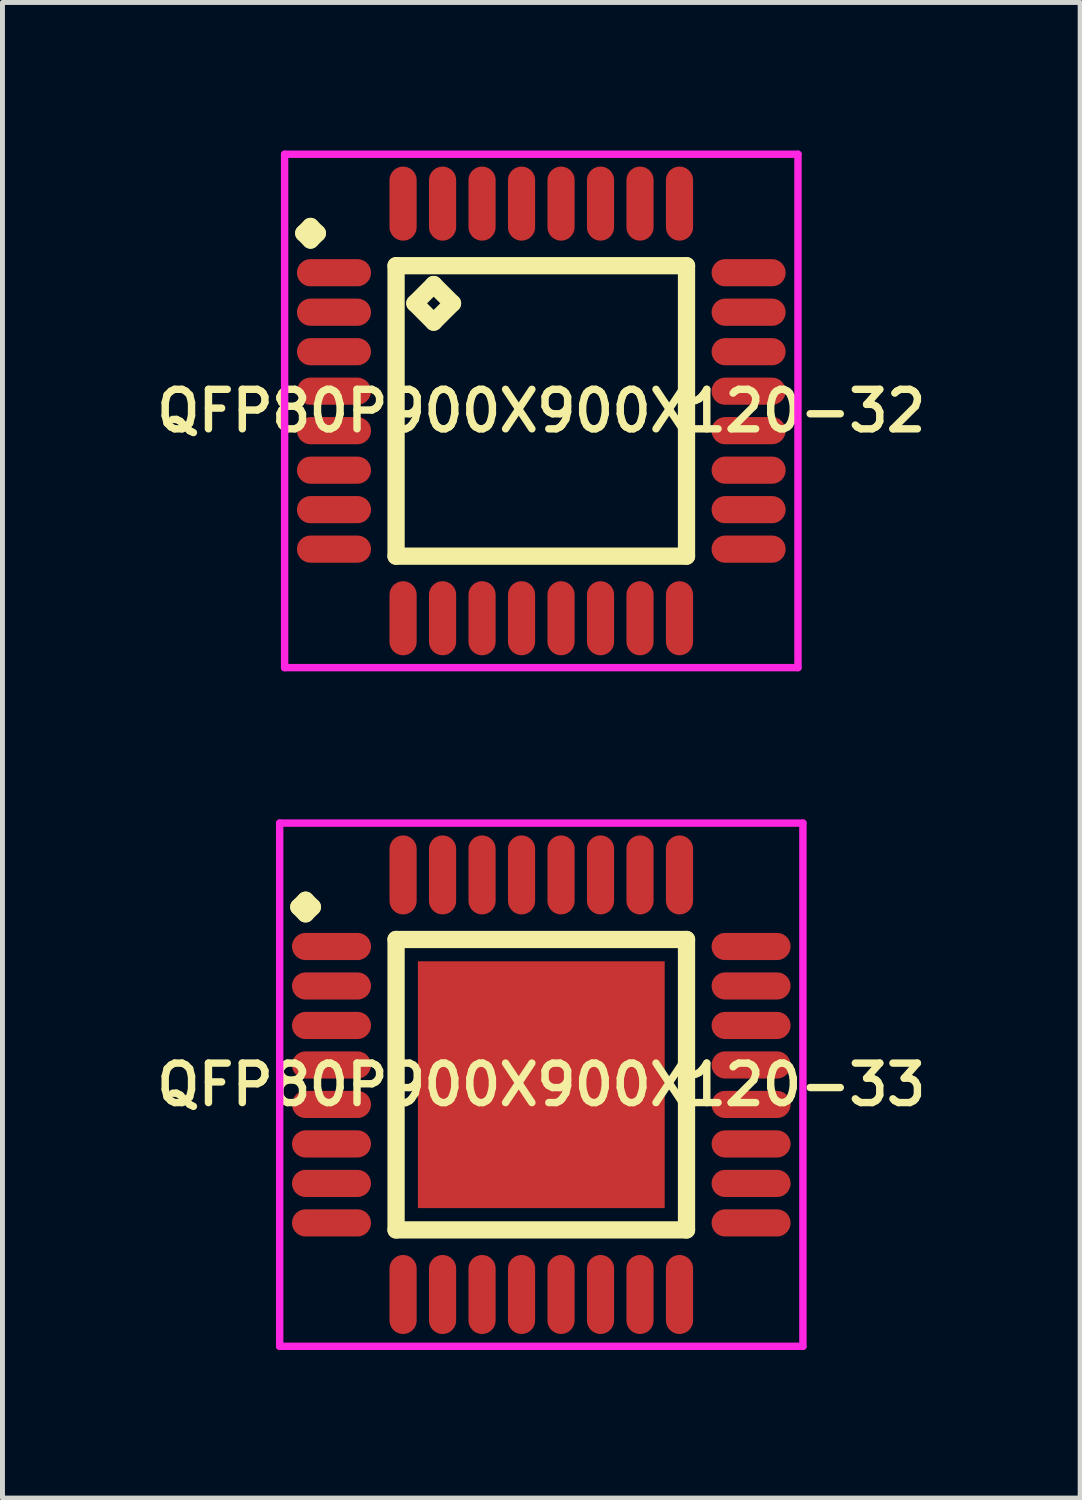
<source format=kicad_pcb>
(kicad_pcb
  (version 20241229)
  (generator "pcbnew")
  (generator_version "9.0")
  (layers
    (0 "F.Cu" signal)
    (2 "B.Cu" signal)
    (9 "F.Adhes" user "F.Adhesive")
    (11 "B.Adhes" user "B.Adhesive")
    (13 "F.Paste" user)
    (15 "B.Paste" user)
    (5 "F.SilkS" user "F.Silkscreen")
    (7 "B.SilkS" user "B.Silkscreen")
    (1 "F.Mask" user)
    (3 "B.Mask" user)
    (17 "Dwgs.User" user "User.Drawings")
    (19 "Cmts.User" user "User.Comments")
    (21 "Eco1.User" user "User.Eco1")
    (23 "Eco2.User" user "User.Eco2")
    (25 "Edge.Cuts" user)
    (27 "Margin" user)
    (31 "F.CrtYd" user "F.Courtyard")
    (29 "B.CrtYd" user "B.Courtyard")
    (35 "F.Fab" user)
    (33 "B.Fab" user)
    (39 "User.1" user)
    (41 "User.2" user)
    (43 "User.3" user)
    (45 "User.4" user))
  (footprint "QFP80P900X900X120-32"
    (layer "F.Cu")
    (at 7.916 5.275)
    (property "Reference" "QFP80P900X900X120-32" (at 0 0 0) (layer "F.SilkS") (effects (font (size 0.8 0.8) (thickness 0.15))))
    (attr smd)
    (fp_line (start -4.812 -3.6) (end -4.675 -3.737) (stroke (width 0.35) (type solid)) (layer "F.SilkS"))
    (fp_line (start -4.675 -3.737) (end -4.537 -3.6) (stroke (width 0.35) (type solid)) (layer "F.SilkS"))
    (fp_line (start -4.675 -3.462) (end -4.812 -3.6) (stroke (width 0.35) (type solid)) (layer "F.SilkS"))
    (fp_line (start -4.537 -3.6) (end -4.675 -3.462) (stroke (width 0.35) (type solid)) (layer "F.SilkS"))
    (fp_line (start -2.942 -2.942) (end -2.942 2.942) (stroke (width 0.35) (type solid)) (layer "F.SilkS"))
    (fp_line (start -2.942 2.942) (end 2.942 2.942) (stroke (width 0.35) (type solid)) (layer "F.SilkS"))
    (fp_line (start -2.561 -2.18) (end -2.18 -2.561) (stroke (width 0.35) (type solid)) (layer "F.SilkS"))
    (fp_line (start -2.18 -2.561) (end -1.799 -2.18) (stroke (width 0.35) (type solid)) (layer "F.SilkS"))
    (fp_line (start -2.18 -1.799) (end -2.561 -2.18) (stroke (width 0.35) (type solid)) (layer "F.SilkS"))
    (fp_line (start -1.799 -2.18) (end -2.18 -1.799) (stroke (width 0.35) (type solid)) (layer "F.SilkS"))
    (fp_line (start 2.942 -2.942) (end -2.942 -2.942) (stroke (width 0.35) (type solid)) (layer "F.SilkS"))
    (fp_line (start 2.942 2.942) (end 2.942 -2.942) (stroke (width 0.35) (type solid)) (layer "F.SilkS"))
    (fp_line (start -5.2 -5.2) (end 5.2 -5.2) (stroke (width 0.15) (type solid)) (layer "F.CrtYd"))
    (fp_line (start -5.2 5.2) (end -5.2 -5.2) (stroke (width 0.15) (type solid)) (layer "F.CrtYd"))
    (fp_line (start 5.2 -5.2) (end 5.2 5.2) (stroke (width 0.15) (type solid)) (layer "F.CrtYd"))
    (fp_line (start 5.2 5.2) (end -5.2 5.2) (stroke (width 0.15) (type solid)) (layer "F.CrtYd"))
    (pad "1" smd oval (at -4.2 -2.8) (size 1.5 0.55) (layers "F.Cu" "F.Mask" "F.Paste"))
    (pad "2" smd oval (at -4.2 -2) (size 1.5 0.55) (layers "F.Cu" "F.Mask" "F.Paste"))
    (pad "3" smd oval (at -4.2 -1.2) (size 1.5 0.55) (layers "F.Cu" "F.Mask" "F.Paste"))
    (pad "4" smd oval (at -4.2 -0.4) (size 1.5 0.55) (layers "F.Cu" "F.Mask" "F.Paste"))
    (pad "5" smd oval (at -4.2 0.4) (size 1.5 0.55) (layers "F.Cu" "F.Mask" "F.Paste"))
    (pad "6" smd oval (at -4.2 1.2) (size 1.5 0.55) (layers "F.Cu" "F.Mask" "F.Paste"))
    (pad "7" smd oval (at -4.2 2) (size 1.5 0.55) (layers "F.Cu" "F.Mask" "F.Paste"))
    (pad "8" smd oval (at -4.2 2.8) (size 1.5 0.55) (layers "F.Cu" "F.Mask" "F.Paste"))
    (pad "9" smd oval (at -2.8 4.2) (size 0.55 1.5) (layers "F.Cu" "F.Mask" "F.Paste"))
    (pad "10" smd oval (at -2 4.2) (size 0.55 1.5) (layers "F.Cu" "F.Mask" "F.Paste"))
    (pad "11" smd oval (at -1.2 4.2) (size 0.55 1.5) (layers "F.Cu" "F.Mask" "F.Paste"))
    (pad "12" smd oval (at -0.4 4.2) (size 0.55 1.5) (layers "F.Cu" "F.Mask" "F.Paste"))
    (pad "13" smd oval (at 0.4 4.2) (size 0.55 1.5) (layers "F.Cu" "F.Mask" "F.Paste"))
    (pad "14" smd oval (at 1.2 4.2) (size 0.55 1.5) (layers "F.Cu" "F.Mask" "F.Paste"))
    (pad "15" smd oval (at 2 4.2) (size 0.55 1.5) (layers "F.Cu" "F.Mask" "F.Paste"))
    (pad "16" smd oval (at 2.8 4.2) (size 0.55 1.5) (layers "F.Cu" "F.Mask" "F.Paste"))
    (pad "17" smd oval (at 4.2 2.8) (size 1.5 0.55) (layers "F.Cu" "F.Mask" "F.Paste"))
    (pad "18" smd oval (at 4.2 2) (size 1.5 0.55) (layers "F.Cu" "F.Mask" "F.Paste"))
    (pad "19" smd oval (at 4.2 1.2) (size 1.5 0.55) (layers "F.Cu" "F.Mask" "F.Paste"))
    (pad "20" smd oval (at 4.2 0.4) (size 1.5 0.55) (layers "F.Cu" "F.Mask" "F.Paste"))
    (pad "21" smd oval (at 4.2 -0.4) (size 1.5 0.55) (layers "F.Cu" "F.Mask" "F.Paste"))
    (pad "22" smd oval (at 4.2 -1.2) (size 1.5 0.55) (layers "F.Cu" "F.Mask" "F.Paste"))
    (pad "23" smd oval (at 4.2 -2) (size 1.5 0.55) (layers "F.Cu" "F.Mask" "F.Paste"))
    (pad "24" smd oval (at 4.2 -2.8) (size 1.5 0.55) (layers "F.Cu" "F.Mask" "F.Paste"))
    (pad "25" smd oval (at 2.8 -4.2) (size 0.55 1.5) (layers "F.Cu" "F.Mask" "F.Paste"))
    (pad "26" smd oval (at 2 -4.2) (size 0.55 1.5) (layers "F.Cu" "F.Mask" "F.Paste"))
    (pad "27" smd oval (at 1.2 -4.2) (size 0.55 1.5) (layers "F.Cu" "F.Mask" "F.Paste"))
    (pad "28" smd oval (at 0.4 -4.2) (size 0.55 1.5) (layers "F.Cu" "F.Mask" "F.Paste"))
    (pad "29" smd oval (at -0.4 -4.2) (size 0.55 1.5) (layers "F.Cu" "F.Mask" "F.Paste"))
    (pad "30" smd oval (at -1.2 -4.2) (size 0.55 1.5) (layers "F.Cu" "F.Mask" "F.Paste"))
    (pad "31" smd oval (at -2 -4.2) (size 0.55 1.5) (layers "F.Cu" "F.Mask" "F.Paste"))
    (pad "32" smd oval (at -2.8 -4.2) (size 0.55 1.5) (layers "F.Cu" "F.Mask" "F.Paste")))
  (footprint "QFP80P900X900X120-33"
    (layer "F.Cu")
    (at 7.916 18.925)
    (property "Reference" "QFP80P900X900X120-33" (at 0 0 0) (layer "F.SilkS") (effects (font (size 0.8 0.8) (thickness 0.15))))
    (attr smd)
    (fp_line (start -4.912 -3.6) (end -4.775 -3.737) (stroke (width 0.35) (type solid)) (layer "F.SilkS"))
    (fp_line (start -4.775 -3.737) (end -4.638 -3.6) (stroke (width 0.35) (type solid)) (layer "F.SilkS"))
    (fp_line (start -4.775 -3.462) (end -4.912 -3.6) (stroke (width 0.35) (type solid)) (layer "F.SilkS"))
    (fp_line (start -4.638 -3.6) (end -4.775 -3.462) (stroke (width 0.35) (type solid)) (layer "F.SilkS"))
    (fp_line (start -2.942 -2.942) (end -2.942 2.942) (stroke (width 0.35) (type solid)) (layer "F.SilkS"))
    (fp_line (start -2.942 2.942) (end 2.942 2.942) (stroke (width 0.35) (type solid)) (layer "F.SilkS"))
    (fp_line (start 2.942 -2.942) (end -2.942 -2.942) (stroke (width 0.35) (type solid)) (layer "F.SilkS"))
    (fp_line (start 2.942 2.942) (end 2.942 -2.942) (stroke (width 0.35) (type solid)) (layer "F.SilkS"))
    (fp_line (start -5.3 -5.3) (end 5.3 -5.3) (stroke (width 0.15) (type solid)) (layer "F.CrtYd"))
    (fp_line (start -5.3 5.3) (end -5.3 -5.3) (stroke (width 0.15) (type solid)) (layer "F.CrtYd"))
    (fp_line (start 5.3 -5.3) (end 5.3 5.3) (stroke (width 0.15) (type solid)) (layer "F.CrtYd"))
    (fp_line (start 5.3 5.3) (end -5.3 5.3) (stroke (width 0.15) (type solid)) (layer "F.CrtYd"))
    (pad "1" smd oval (at -4.25 -2.8) (size 1.6 0.55) (layers "F.Cu" "F.Mask" "F.Paste"))
    (pad "2" smd oval (at -4.25 -2) (size 1.6 0.55) (layers "F.Cu" "F.Mask" "F.Paste"))
    (pad "3" smd oval (at -4.25 -1.2) (size 1.6 0.55) (layers "F.Cu" "F.Mask" "F.Paste"))
    (pad "4" smd oval (at -4.25 -0.4) (size 1.6 0.55) (layers "F.Cu" "F.Mask" "F.Paste"))
    (pad "5" smd oval (at -4.25 0.4) (size 1.6 0.55) (layers "F.Cu" "F.Mask" "F.Paste"))
    (pad "6" smd oval (at -4.25 1.2) (size 1.6 0.55) (layers "F.Cu" "F.Mask" "F.Paste"))
    (pad "7" smd oval (at -4.25 2) (size 1.6 0.55) (layers "F.Cu" "F.Mask" "F.Paste"))
    (pad "8" smd oval (at -4.25 2.8) (size 1.6 0.55) (layers "F.Cu" "F.Mask" "F.Paste"))
    (pad "9" smd oval (at -2.8 4.25) (size 0.55 1.6) (layers "F.Cu" "F.Mask" "F.Paste"))
    (pad "10" smd oval (at -2 4.25) (size 0.55 1.6) (layers "F.Cu" "F.Mask" "F.Paste"))
    (pad "11" smd oval (at -1.2 4.25) (size 0.55 1.6) (layers "F.Cu" "F.Mask" "F.Paste"))
    (pad "12" smd oval (at -0.4 4.25) (size 0.55 1.6) (layers "F.Cu" "F.Mask" "F.Paste"))
    (pad "13" smd oval (at 0.4 4.25) (size 0.55 1.6) (layers "F.Cu" "F.Mask" "F.Paste"))
    (pad "14" smd oval (at 1.2 4.25) (size 0.55 1.6) (layers "F.Cu" "F.Mask" "F.Paste"))
    (pad "15" smd oval (at 2 4.25) (size 0.55 1.6) (layers "F.Cu" "F.Mask" "F.Paste"))
    (pad "16" smd oval (at 2.8 4.25) (size 0.55 1.6) (layers "F.Cu" "F.Mask" "F.Paste"))
    (pad "17" smd oval (at 4.25 2.8) (size 1.6 0.55) (layers "F.Cu" "F.Mask" "F.Paste"))
    (pad "18" smd oval (at 4.25 2) (size 1.6 0.55) (layers "F.Cu" "F.Mask" "F.Paste"))
    (pad "19" smd oval (at 4.25 1.2) (size 1.6 0.55) (layers "F.Cu" "F.Mask" "F.Paste"))
    (pad "20" smd oval (at 4.25 0.4) (size 1.6 0.55) (layers "F.Cu" "F.Mask" "F.Paste"))
    (pad "21" smd oval (at 4.25 -0.4) (size 1.6 0.55) (layers "F.Cu" "F.Mask" "F.Paste"))
    (pad "22" smd oval (at 4.25 -1.2) (size 1.6 0.55) (layers "F.Cu" "F.Mask" "F.Paste"))
    (pad "23" smd oval (at 4.25 -2) (size 1.6 0.55) (layers "F.Cu" "F.Mask" "F.Paste"))
    (pad "24" smd oval (at 4.25 -2.8) (size 1.6 0.55) (layers "F.Cu" "F.Mask" "F.Paste"))
    (pad "25" smd oval (at 2.8 -4.25) (size 0.55 1.6) (layers "F.Cu" "F.Mask" "F.Paste"))
    (pad "26" smd oval (at 2 -4.25) (size 0.55 1.6) (layers "F.Cu" "F.Mask" "F.Paste"))
    (pad "27" smd oval (at 1.2 -4.25) (size 0.55 1.6) (layers "F.Cu" "F.Mask" "F.Paste"))
    (pad "28" smd oval (at 0.4 -4.25) (size 0.55 1.6) (layers "F.Cu" "F.Mask" "F.Paste"))
    (pad "29" smd oval (at -0.4 -4.25) (size 0.55 1.6) (layers "F.Cu" "F.Mask" "F.Paste"))
    (pad "30" smd oval (at -1.2 -4.25) (size 0.55 1.6) (layers "F.Cu" "F.Mask" "F.Paste"))
    (pad "31" smd oval (at -2 -4.25) (size 0.55 1.6) (layers "F.Cu" "F.Mask" "F.Paste"))
    (pad "32" smd oval (at -2.8 -4.25) (size 0.55 1.6) (layers "F.Cu" "F.Mask" "F.Paste"))
    (pad "33" smd rect (at 0 0) (size 5 5) (layers "F.Cu" "F.Mask" "F.Paste")))
  (gr_rect
    (start -3 -3)
    (end 18.833 27.3)
    (stroke (width 0.1) (type default))
    (fill no)
    (layer "Edge.Cuts")))
</source>
